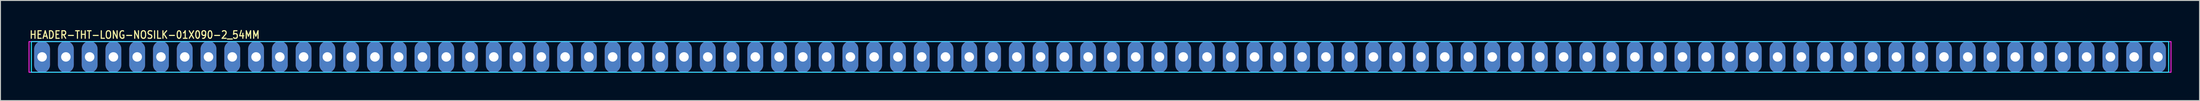
<source format=kicad_pcb>
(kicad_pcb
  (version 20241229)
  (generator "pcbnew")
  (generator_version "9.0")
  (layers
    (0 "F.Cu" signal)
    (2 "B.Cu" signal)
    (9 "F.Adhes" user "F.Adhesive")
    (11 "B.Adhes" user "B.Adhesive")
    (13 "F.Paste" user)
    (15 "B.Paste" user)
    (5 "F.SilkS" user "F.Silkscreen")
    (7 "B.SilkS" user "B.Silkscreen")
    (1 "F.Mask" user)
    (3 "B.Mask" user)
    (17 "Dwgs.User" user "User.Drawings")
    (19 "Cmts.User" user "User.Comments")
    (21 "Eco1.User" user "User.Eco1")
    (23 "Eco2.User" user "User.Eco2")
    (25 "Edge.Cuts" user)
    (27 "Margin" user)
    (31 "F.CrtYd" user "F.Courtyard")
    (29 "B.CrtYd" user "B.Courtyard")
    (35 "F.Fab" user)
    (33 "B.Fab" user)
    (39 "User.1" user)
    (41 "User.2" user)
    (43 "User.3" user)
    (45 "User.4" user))
  (footprint "HEADER-THT-LONG-NOSILK-01X090-2_54MM"
    (layer "F.Cu")
    (at 1.447 3.079)
    (property "Reference" "HEADER-THT-LONG-NOSILK-01X090-2_54MM" (at -1.4 -1.9 0) (unlocked yes) (layer "F.SilkS") (effects (font (size 0.813 0.695) (thickness 0.122)) (justify left bottom)))
    (fp_poly (pts (xy -1.143 -1.651) (xy 227.203 -1.651) (xy 227.203 1.651) (xy -1.143 1.651)) (stroke (width 0.1) (type solid)) (fill no) (layer "B.CrtYd"))
    (fp_poly (pts (xy -1.397 -1.651) (xy 227.457 -1.651) (xy 227.457 1.651) (xy -1.397 1.651)) (stroke (width 0.1) (type solid)) (fill no) (layer "F.CrtYd"))
    (pad "P$1" thru_hole oval (at 0 0 90) (size 3.387 1.693) (drill 1.016) (layers "*.Cu" "*.Mask"))
    (pad "P$2" thru_hole oval (at 2.54 0 90) (size 3.387 1.693) (drill 1.016) (layers "*.Cu" "*.Mask"))
    (pad "P$3" thru_hole oval (at 5.08 0 90) (size 3.387 1.693) (drill 1.016) (layers "*.Cu" "*.Mask"))
    (pad "P$4" thru_hole oval (at 7.62 0 90) (size 3.387 1.693) (drill 1.016) (layers "*.Cu" "*.Mask"))
    (pad "P$5" thru_hole oval (at 10.16 0 90) (size 3.387 1.693) (drill 1.016) (layers "*.Cu" "*.Mask"))
    (pad "P$6" thru_hole oval (at 12.7 0 90) (size 3.387 1.693) (drill 1.016) (layers "*.Cu" "*.Mask"))
    (pad "P$7" thru_hole oval (at 15.24 0 90) (size 3.387 1.693) (drill 1.016) (layers "*.Cu" "*.Mask"))
    (pad "P$8" thru_hole oval (at 17.78 0 90) (size 3.387 1.693) (drill 1.016) (layers "*.Cu" "*.Mask"))
    (pad "P$9" thru_hole oval (at 20.32 0 90) (size 3.387 1.693) (drill 1.016) (layers "*.Cu" "*.Mask"))
    (pad "P$10" thru_hole oval (at 22.86 0 90) (size 3.387 1.693) (drill 1.016) (layers "*.Cu" "*.Mask"))
    (pad "P$11" thru_hole oval (at 25.4 0 90) (size 3.387 1.693) (drill 1.016) (layers "*.Cu" "*.Mask"))
    (pad "P$12" thru_hole oval (at 27.94 0 90) (size 3.387 1.693) (drill 1.016) (layers "*.Cu" "*.Mask"))
    (pad "P$13" thru_hole oval (at 30.48 0 90) (size 3.387 1.693) (drill 1.016) (layers "*.Cu" "*.Mask"))
    (pad "P$14" thru_hole oval (at 33.02 0 90) (size 3.387 1.693) (drill 1.016) (layers "*.Cu" "*.Mask"))
    (pad "P$15" thru_hole oval (at 35.56 0 90) (size 3.387 1.693) (drill 1.016) (layers "*.Cu" "*.Mask"))
    (pad "P$16" thru_hole oval (at 38.1 0 90) (size 3.387 1.693) (drill 1.016) (layers "*.Cu" "*.Mask"))
    (pad "P$17" thru_hole oval (at 40.64 0 90) (size 3.387 1.693) (drill 1.016) (layers "*.Cu" "*.Mask"))
    (pad "P$18" thru_hole oval (at 43.18 0 90) (size 3.387 1.693) (drill 1.016) (layers "*.Cu" "*.Mask"))
    (pad "P$19" thru_hole oval (at 45.72 0 90) (size 3.387 1.693) (drill 1.016) (layers "*.Cu" "*.Mask"))
    (pad "P$20" thru_hole oval (at 48.26 0 90) (size 3.387 1.693) (drill 1.016) (layers "*.Cu" "*.Mask"))
    (pad "P$21" thru_hole oval (at 50.8 0 90) (size 3.387 1.693) (drill 1.016) (layers "*.Cu" "*.Mask"))
    (pad "P$22" thru_hole oval (at 53.34 0 90) (size 3.387 1.693) (drill 1.016) (layers "*.Cu" "*.Mask"))
    (pad "P$23" thru_hole oval (at 55.88 0 90) (size 3.387 1.693) (drill 1.016) (layers "*.Cu" "*.Mask"))
    (pad "P$24" thru_hole oval (at 58.42 0 90) (size 3.387 1.693) (drill 1.016) (layers "*.Cu" "*.Mask"))
    (pad "P$25" thru_hole oval (at 60.96 0 90) (size 3.387 1.693) (drill 1.016) (layers "*.Cu" "*.Mask"))
    (pad "P$26" thru_hole oval (at 63.5 0 90) (size 3.387 1.693) (drill 1.016) (layers "*.Cu" "*.Mask"))
    (pad "P$27" thru_hole oval (at 66.04 0 90) (size 3.387 1.693) (drill 1.016) (layers "*.Cu" "*.Mask"))
    (pad "P$28" thru_hole oval (at 68.58 0 90) (size 3.387 1.693) (drill 1.016) (layers "*.Cu" "*.Mask"))
    (pad "P$29" thru_hole oval (at 71.12 0 90) (size 3.387 1.693) (drill 1.016) (layers "*.Cu" "*.Mask"))
    (pad "P$30" thru_hole oval (at 73.66 0 90) (size 3.387 1.693) (drill 1.016) (layers "*.Cu" "*.Mask"))
    (pad "P$31" thru_hole oval (at 76.2 0 90) (size 3.387 1.693) (drill 1.016) (layers "*.Cu" "*.Mask"))
    (pad "P$32" thru_hole oval (at 78.74 0 90) (size 3.387 1.693) (drill 1.016) (layers "*.Cu" "*.Mask"))
    (pad "P$33" thru_hole oval (at 81.28 0 90) (size 3.387 1.693) (drill 1.016) (layers "*.Cu" "*.Mask"))
    (pad "P$34" thru_hole oval (at 83.82 0 90) (size 3.387 1.693) (drill 1.016) (layers "*.Cu" "*.Mask"))
    (pad "P$35" thru_hole oval (at 86.36 0 90) (size 3.387 1.693) (drill 1.016) (layers "*.Cu" "*.Mask"))
    (pad "P$36" thru_hole oval (at 88.9 0 90) (size 3.387 1.693) (drill 1.016) (layers "*.Cu" "*.Mask"))
    (pad "P$37" thru_hole oval (at 91.44 0 90) (size 3.387 1.693) (drill 1.016) (layers "*.Cu" "*.Mask"))
    (pad "P$38" thru_hole oval (at 93.98 0 90) (size 3.387 1.693) (drill 1.016) (layers "*.Cu" "*.Mask"))
    (pad "P$39" thru_hole oval (at 96.52 0 90) (size 3.387 1.693) (drill 1.016) (layers "*.Cu" "*.Mask"))
    (pad "P$40" thru_hole oval (at 99.06 0 90) (size 3.387 1.693) (drill 1.016) (layers "*.Cu" "*.Mask"))
    (pad "P$41" thru_hole oval (at 101.6 0 90) (size 3.387 1.693) (drill 1.016) (layers "*.Cu" "*.Mask"))
    (pad "P$42" thru_hole oval (at 104.14 0 90) (size 3.387 1.693) (drill 1.016) (layers "*.Cu" "*.Mask"))
    (pad "P$43" thru_hole oval (at 106.68 0 90) (size 3.387 1.693) (drill 1.016) (layers "*.Cu" "*.Mask"))
    (pad "P$44" thru_hole oval (at 109.22 0 90) (size 3.387 1.693) (drill 1.016) (layers "*.Cu" "*.Mask"))
    (pad "P$45" thru_hole oval (at 111.76 0 90) (size 3.387 1.693) (drill 1.016) (layers "*.Cu" "*.Mask"))
    (pad "P$46" thru_hole oval (at 114.3 0 90) (size 3.387 1.693) (drill 1.016) (layers "*.Cu" "*.Mask"))
    (pad "P$47" thru_hole oval (at 116.84 0 90) (size 3.387 1.693) (drill 1.016) (layers "*.Cu" "*.Mask"))
    (pad "P$48" thru_hole oval (at 119.38 0 90) (size 3.387 1.693) (drill 1.016) (layers "*.Cu" "*.Mask"))
    (pad "P$49" thru_hole oval (at 121.92 0 90) (size 3.387 1.693) (drill 1.016) (layers "*.Cu" "*.Mask"))
    (pad "P$50" thru_hole oval (at 124.46 0 90) (size 3.387 1.693) (drill 1.016) (layers "*.Cu" "*.Mask"))
    (pad "P$51" thru_hole oval (at 127 0 90) (size 3.387 1.693) (drill 1.016) (layers "*.Cu" "*.Mask"))
    (pad "P$52" thru_hole oval (at 129.54 0 90) (size 3.387 1.693) (drill 1.016) (layers "*.Cu" "*.Mask"))
    (pad "P$53" thru_hole oval (at 132.08 0 90) (size 3.387 1.693) (drill 1.016) (layers "*.Cu" "*.Mask"))
    (pad "P$54" thru_hole oval (at 134.62 0 90) (size 3.387 1.693) (drill 1.016) (layers "*.Cu" "*.Mask"))
    (pad "P$55" thru_hole oval (at 137.16 0 90) (size 3.387 1.693) (drill 1.016) (layers "*.Cu" "*.Mask"))
    (pad "P$56" thru_hole oval (at 139.7 0 90) (size 3.387 1.693) (drill 1.016) (layers "*.Cu" "*.Mask"))
    (pad "P$57" thru_hole oval (at 142.24 0 90) (size 3.387 1.693) (drill 1.016) (layers "*.Cu" "*.Mask"))
    (pad "P$58" thru_hole oval (at 144.78 0 90) (size 3.387 1.693) (drill 1.016) (layers "*.Cu" "*.Mask"))
    (pad "P$59" thru_hole oval (at 147.32 0 90) (size 3.387 1.693) (drill 1.016) (layers "*.Cu" "*.Mask"))
    (pad "P$60" thru_hole oval (at 149.86 0 90) (size 3.387 1.693) (drill 1.016) (layers "*.Cu" "*.Mask"))
    (pad "P$61" thru_hole oval (at 152.4 0 90) (size 3.387 1.693) (drill 1.016) (layers "*.Cu" "*.Mask"))
    (pad "P$62" thru_hole oval (at 154.94 0 90) (size 3.387 1.693) (drill 1.016) (layers "*.Cu" "*.Mask"))
    (pad "P$63" thru_hole oval (at 157.48 0 90) (size 3.387 1.693) (drill 1.016) (layers "*.Cu" "*.Mask"))
    (pad "P$64" thru_hole oval (at 160.02 0 90) (size 3.387 1.693) (drill 1.016) (layers "*.Cu" "*.Mask"))
    (pad "P$65" thru_hole oval (at 162.56 0 90) (size 3.387 1.693) (drill 1.016) (layers "*.Cu" "*.Mask"))
    (pad "P$66" thru_hole oval (at 165.1 0 90) (size 3.387 1.693) (drill 1.016) (layers "*.Cu" "*.Mask"))
    (pad "P$67" thru_hole oval (at 167.64 0 90) (size 3.387 1.693) (drill 1.016) (layers "*.Cu" "*.Mask"))
    (pad "P$68" thru_hole oval (at 170.18 0 90) (size 3.387 1.693) (drill 1.016) (layers "*.Cu" "*.Mask"))
    (pad "P$69" thru_hole oval (at 172.72 0 90) (size 3.387 1.693) (drill 1.016) (layers "*.Cu" "*.Mask"))
    (pad "P$70" thru_hole oval (at 175.26 0 90) (size 3.387 1.693) (drill 1.016) (layers "*.Cu" "*.Mask"))
    (pad "P$71" thru_hole oval (at 177.8 0 90) (size 3.387 1.693) (drill 1.016) (layers "*.Cu" "*.Mask"))
    (pad "P$72" thru_hole oval (at 180.34 0 90) (size 3.387 1.693) (drill 1.016) (layers "*.Cu" "*.Mask"))
    (pad "P$73" thru_hole oval (at 182.88 0 90) (size 3.387 1.693) (drill 1.016) (layers "*.Cu" "*.Mask"))
    (pad "P$74" thru_hole oval (at 185.42 0 90) (size 3.387 1.693) (drill 1.016) (layers "*.Cu" "*.Mask"))
    (pad "P$75" thru_hole oval (at 187.96 0 90) (size 3.387 1.693) (drill 1.016) (layers "*.Cu" "*.Mask"))
    (pad "P$76" thru_hole oval (at 190.5 0 90) (size 3.387 1.693) (drill 1.016) (layers "*.Cu" "*.Mask"))
    (pad "P$77" thru_hole oval (at 193.04 0 90) (size 3.387 1.693) (drill 1.016) (layers "*.Cu" "*.Mask"))
    (pad "P$78" thru_hole oval (at 195.58 0 90) (size 3.387 1.693) (drill 1.016) (layers "*.Cu" "*.Mask"))
    (pad "P$79" thru_hole oval (at 198.12 0 90) (size 3.387 1.693) (drill 1.016) (layers "*.Cu" "*.Mask"))
    (pad "P$80" thru_hole oval (at 200.66 0 90) (size 3.387 1.693) (drill 1.016) (layers "*.Cu" "*.Mask"))
    (pad "P$81" thru_hole oval (at 203.2 0 90) (size 3.387 1.693) (drill 1.016) (layers "*.Cu" "*.Mask"))
    (pad "P$82" thru_hole oval (at 205.74 0 90) (size 3.387 1.693) (drill 1.016) (layers "*.Cu" "*.Mask"))
    (pad "P$83" thru_hole oval (at 208.28 0 90) (size 3.387 1.693) (drill 1.016) (layers "*.Cu" "*.Mask"))
    (pad "P$84" thru_hole oval (at 210.82 0 90) (size 3.387 1.693) (drill 1.016) (layers "*.Cu" "*.Mask"))
    (pad "P$85" thru_hole oval (at 213.36 0 90) (size 3.387 1.693) (drill 1.016) (layers "*.Cu" "*.Mask"))
    (pad "P$86" thru_hole oval (at 215.9 0 90) (size 3.387 1.693) (drill 1.016) (layers "*.Cu" "*.Mask"))
    (pad "P$87" thru_hole oval (at 218.44 0 90) (size 3.387 1.693) (drill 1.016) (layers "*.Cu" "*.Mask"))
    (pad "P$88" thru_hole oval (at 220.98 0 90) (size 3.387 1.693) (drill 1.016) (layers "*.Cu" "*.Mask"))
    (pad "P$89" thru_hole oval (at 223.52 0 90) (size 3.387 1.693) (drill 1.016) (layers "*.Cu" "*.Mask"))
    (pad "P$90" thru_hole oval (at 226.06 0 90) (size 3.387 1.693) (drill 1.016) (layers "*.Cu" "*.Mask")))
  (gr_rect
    (start -3 -3)
    (end 231.954 7.78)
    (stroke (width 0.1) (type default))
    (fill no)
    (layer "Edge.Cuts")))
</source>
